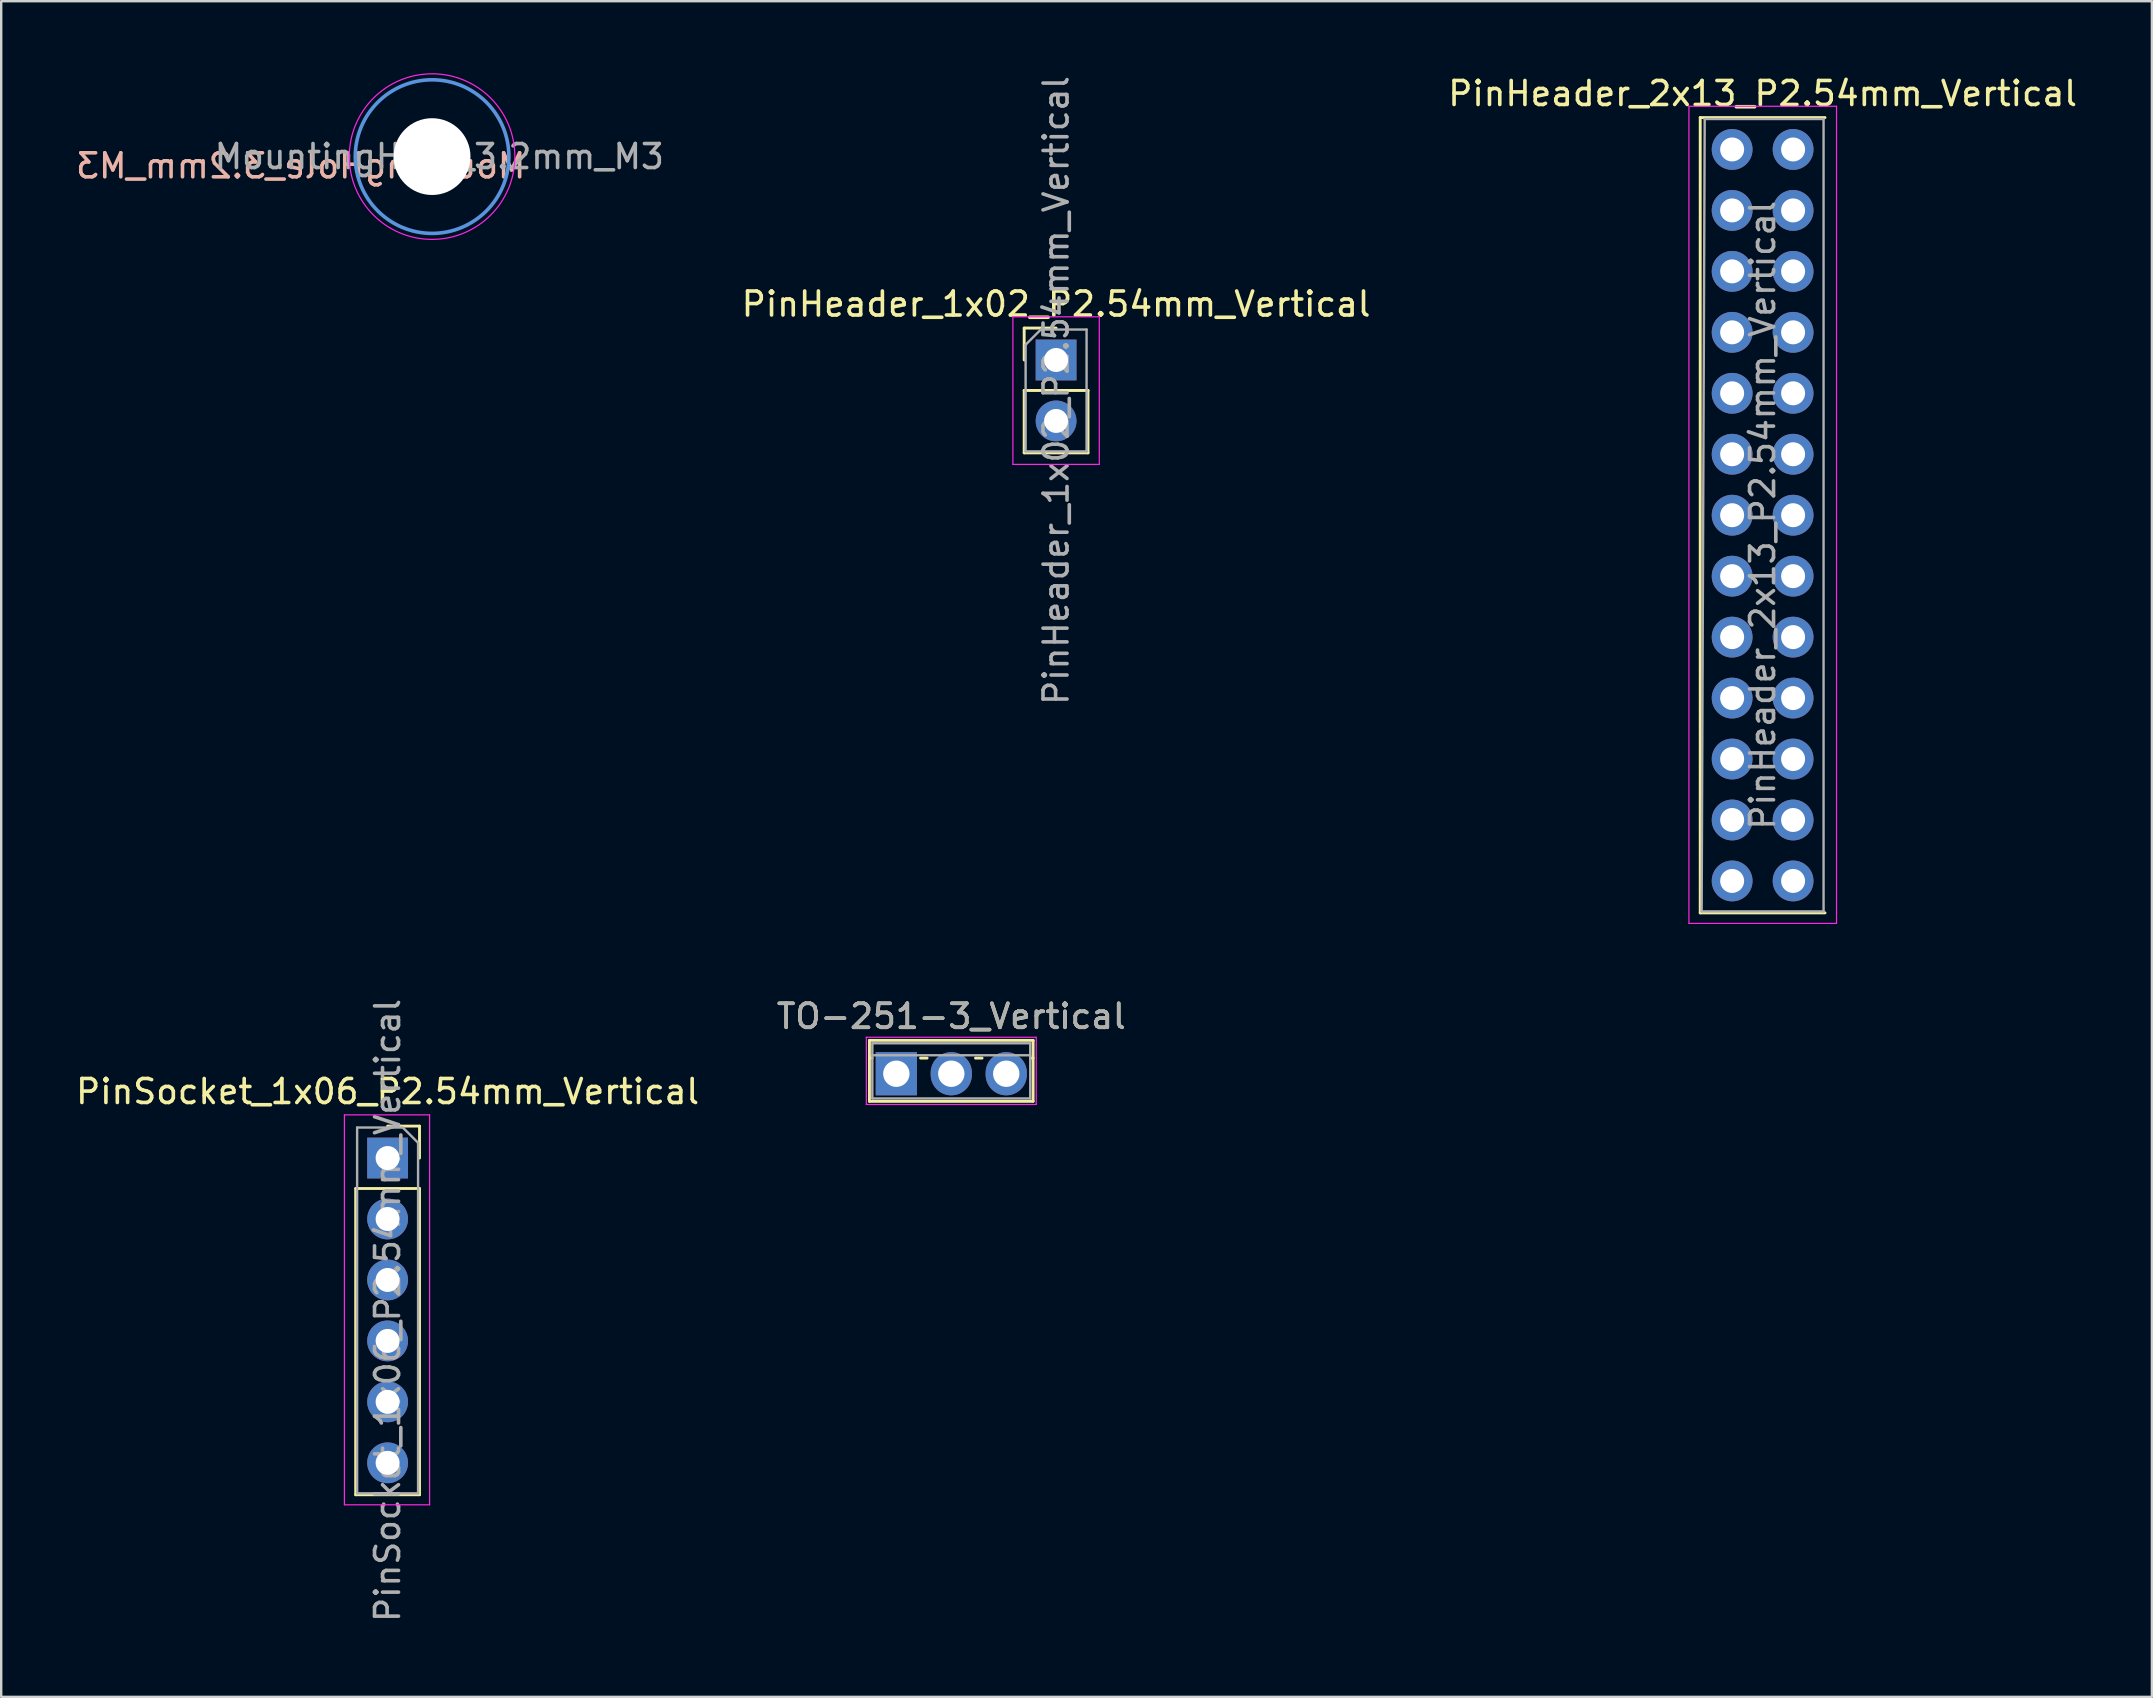
<source format=kicad_pcb>
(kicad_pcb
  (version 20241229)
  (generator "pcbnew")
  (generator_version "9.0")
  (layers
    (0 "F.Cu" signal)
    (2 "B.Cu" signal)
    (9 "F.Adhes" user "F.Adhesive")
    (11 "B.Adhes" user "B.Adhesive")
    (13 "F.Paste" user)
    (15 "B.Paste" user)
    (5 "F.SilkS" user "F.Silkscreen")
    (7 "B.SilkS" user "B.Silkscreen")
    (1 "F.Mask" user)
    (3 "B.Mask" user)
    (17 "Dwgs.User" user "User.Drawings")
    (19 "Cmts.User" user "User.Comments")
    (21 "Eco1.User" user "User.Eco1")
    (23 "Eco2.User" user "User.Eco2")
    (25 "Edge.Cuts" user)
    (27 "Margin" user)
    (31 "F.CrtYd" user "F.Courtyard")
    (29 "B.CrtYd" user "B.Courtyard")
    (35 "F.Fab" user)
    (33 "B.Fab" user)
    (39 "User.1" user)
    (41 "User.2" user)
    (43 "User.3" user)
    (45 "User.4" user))
  (footprint "PinHeader_2x13_P2.54mm_Vertical"
    (layer "F.Cu")
    (at 69.126 3.178)
    (property "Reference" "PinHeader_2x13_P2.54mm_Vertical" (at 1.27 -2.33 0) (layer "F.SilkS") (effects (font (size 1 1) (thickness 0.15))))
    (attr through_hole)
    (fp_line (start -1.33 -1.33) (end -1.33 31.81) (stroke (width 0.12) (type solid)) (layer "F.SilkS"))
    (fp_line (start -1.33 -1.33) (end 3.87 -1.33) (stroke (width 0.12) (type solid)) (layer "F.SilkS"))
    (fp_line (start -1.33 31.81) (end 3.87 31.81) (stroke (width 0.12) (type solid)) (layer "F.SilkS"))
    (fp_line (start -1.8 -1.8) (end -1.8 32.25) (stroke (width 0.05) (type solid)) (layer "F.CrtYd"))
    (fp_line (start -1.8 32.25) (end 4.35 32.25) (stroke (width 0.05) (type solid)) (layer "F.CrtYd"))
    (fp_line (start 4.35 -1.8) (end -1.8 -1.8) (stroke (width 0.05) (type solid)) (layer "F.CrtYd"))
    (fp_line (start 4.35 32.25) (end 4.35 -1.8) (stroke (width 0.05) (type solid)) (layer "F.CrtYd"))
    (fp_line (start -1.27 31.75) (end -1.143 -1.27) (stroke (width 0.1) (type solid)) (layer "F.Fab"))
    (fp_line (start -1.143 -1.27) (end 3.81 -1.27) (stroke (width 0.1) (type solid)) (layer "F.Fab"))
    (fp_line (start 3.81 -1.27) (end 3.81 31.75) (stroke (width 0.1) (type solid)) (layer "F.Fab"))
    (fp_line (start 3.81 31.75) (end -1.27 31.75) (stroke (width 0.1) (type solid)) (layer "F.Fab"))
    (fp_text user "${REFERENCE}" (at 1.27 15.24 270) (layer "F.Fab") (effects (font (size 1 1) (thickness 0.15))))
    (pad "1" thru_hole circle (at 0 0) (size 1.7 1.7) (drill 1) (layers "*.Cu" "*.Mask"))
    (pad "2" thru_hole oval (at 2.54 0) (size 1.7 1.7) (drill 1) (layers "*.Cu" "*.Mask"))
    (pad "3" thru_hole oval (at 0 2.54) (size 1.7 1.7) (drill 1) (layers "*.Cu" "*.Mask"))
    (pad "4" thru_hole oval (at 2.54 2.54) (size 1.7 1.7) (drill 1) (layers "*.Cu" "*.Mask"))
    (pad "5" thru_hole oval (at 0 5.08) (size 1.7 1.7) (drill 1) (layers "*.Cu" "*.Mask"))
    (pad "6" thru_hole oval (at 2.54 5.08) (size 1.7 1.7) (drill 1) (layers "*.Cu" "*.Mask"))
    (pad "7" thru_hole oval (at 0 7.62) (size 1.7 1.7) (drill 1) (layers "*.Cu" "*.Mask"))
    (pad "8" thru_hole oval (at 2.54 7.62) (size 1.7 1.7) (drill 1) (layers "*.Cu" "*.Mask"))
    (pad "9" thru_hole oval (at 0 10.16) (size 1.7 1.7) (drill 1) (layers "*.Cu" "*.Mask"))
    (pad "10" thru_hole oval (at 2.54 10.16) (size 1.7 1.7) (drill 1) (layers "*.Cu" "*.Mask"))
    (pad "11" thru_hole oval (at 0 12.7) (size 1.7 1.7) (drill 1) (layers "*.Cu" "*.Mask"))
    (pad "12" thru_hole oval (at 2.54 12.7) (size 1.7 1.7) (drill 1) (layers "*.Cu" "*.Mask"))
    (pad "13" thru_hole oval (at 0 15.24) (size 1.7 1.7) (drill 1) (layers "*.Cu" "*.Mask"))
    (pad "14" thru_hole oval (at 2.54 15.24) (size 1.7 1.7) (drill 1) (layers "*.Cu" "*.Mask"))
    (pad "15" thru_hole oval (at 0 17.78) (size 1.7 1.7) (drill 1) (layers "*.Cu" "*.Mask"))
    (pad "16" thru_hole oval (at 2.54 17.78) (size 1.7 1.7) (drill 1) (layers "*.Cu" "*.Mask"))
    (pad "17" thru_hole oval (at 0 20.32) (size 1.7 1.7) (drill 1) (layers "*.Cu" "*.Mask"))
    (pad "18" thru_hole oval (at 2.54 20.32) (size 1.7 1.7) (drill 1) (layers "*.Cu" "*.Mask"))
    (pad "19" thru_hole oval (at 0 22.86) (size 1.7 1.7) (drill 1) (layers "*.Cu" "*.Mask"))
    (pad "20" thru_hole oval (at 2.54 22.86) (size 1.7 1.7) (drill 1) (layers "*.Cu" "*.Mask"))
    (pad "21" thru_hole oval (at 0 25.4) (size 1.7 1.7) (drill 1) (layers "*.Cu" "*.Mask"))
    (pad "22" thru_hole oval (at 2.54 25.4) (size 1.7 1.7) (drill 1) (layers "*.Cu" "*.Mask"))
    (pad "23" thru_hole oval (at 0 27.94) (size 1.7 1.7) (drill 1) (layers "*.Cu" "*.Mask"))
    (pad "24" thru_hole oval (at 2.54 27.94) (size 1.7 1.7) (drill 1) (layers "*.Cu" "*.Mask"))
    (pad "25" thru_hole oval (at 0 30.48) (size 1.7 1.7) (drill 1) (layers "*.Cu" "*.Mask"))
    (pad "26" thru_hole oval (at 2.54 30.48) (size 1.7 1.7) (drill 1) (layers "*.Cu" "*.Mask")))
  (footprint "MountingHole_3.2mm_M3"
    (layer "F.Cu")
    (at 14.954 3.475)
    (property "Reference" "MountingHole_3.2mm_M3" (at -5.471 0.386 0) (layer "B.SilkS") (effects (font (size 1 1) (thickness 0.15)) (justify mirror)))
    (attr exclude_from_pos_files)
    (fp_circle (center 0 0) (end 3.2 0) (stroke (width 0.15) (type solid)) (fill no) (layer "Cmts.User"))
    (fp_circle (center 0 0) (end 3.45 0) (stroke (width 0.05) (type solid)) (fill no) (layer "F.CrtYd"))
    (fp_text user "${REFERENCE}" (at 0.3 0 0) (layer "F.Fab") (effects (font (size 1 1) (thickness 0.15))))
    (pad "" np_thru_hole circle (at 0 0 180) (size 3.2 3.2) (drill 3.2) (layers "*.Cu" "*.Mask")))
  (footprint "PinSocket_1x06_P2.54mm_Vertical"
    (layer "F.Cu")
    (at 13.101 45.204)
    (property "Reference" "PinSocket_1x06_P2.54mm_Vertical" (at 0 -2.77 0) (layer "F.SilkS") (effects (font (size 1 1) (thickness 0.15))))
    (attr through_hole)
    (fp_line (start -1.33 1.27) (end -1.33 14.03) (stroke (width 0.12) (type solid)) (layer "F.SilkS"))
    (fp_line (start -1.33 1.27) (end 1.33 1.27) (stroke (width 0.12) (type solid)) (layer "F.SilkS"))
    (fp_line (start -1.33 14.03) (end 1.33 14.03) (stroke (width 0.12) (type solid)) (layer "F.SilkS"))
    (fp_line (start 0 -1.33) (end 1.33 -1.33) (stroke (width 0.12) (type solid)) (layer "F.SilkS"))
    (fp_line (start 1.33 -1.33) (end 1.33 0) (stroke (width 0.12) (type solid)) (layer "F.SilkS"))
    (fp_line (start 1.33 1.27) (end 1.33 14.03) (stroke (width 0.12) (type solid)) (layer "F.SilkS"))
    (fp_line (start -1.8 -1.8) (end 1.75 -1.8) (stroke (width 0.05) (type solid)) (layer "F.CrtYd"))
    (fp_line (start -1.8 14.45) (end -1.8 -1.8) (stroke (width 0.05) (type solid)) (layer "F.CrtYd"))
    (fp_line (start 1.75 -1.8) (end 1.75 14.45) (stroke (width 0.05) (type solid)) (layer "F.CrtYd"))
    (fp_line (start 1.75 14.45) (end -1.8 14.45) (stroke (width 0.05) (type solid)) (layer "F.CrtYd"))
    (fp_line (start -1.27 -1.27) (end 0.635 -1.27) (stroke (width 0.1) (type solid)) (layer "F.Fab"))
    (fp_line (start -1.27 13.97) (end -1.27 -1.27) (stroke (width 0.1) (type solid)) (layer "F.Fab"))
    (fp_line (start 0.635 -1.27) (end 1.27 -0.635) (stroke (width 0.1) (type solid)) (layer "F.Fab"))
    (fp_line (start 1.27 -0.635) (end 1.27 13.97) (stroke (width 0.1) (type solid)) (layer "F.Fab"))
    (fp_line (start 1.27 13.97) (end -1.27 13.97) (stroke (width 0.1) (type solid)) (layer "F.Fab"))
    (fp_text user "${REFERENCE}" (at 0 6.35 90) (layer "F.Fab") (effects (font (size 1 1) (thickness 0.15))))
    (pad "1" thru_hole rect (at 0 0) (size 1.7 1.7) (drill 1) (layers "*.Cu" "*.Mask"))
    (pad "2" thru_hole oval (at 0 2.54) (size 1.7 1.7) (drill 1) (layers "*.Cu" "*.Mask"))
    (pad "3" thru_hole oval (at 0 5.08) (size 1.7 1.7) (drill 1) (layers "*.Cu" "*.Mask"))
    (pad "4" thru_hole oval (at 0 7.62) (size 1.7 1.7) (drill 1) (layers "*.Cu" "*.Mask"))
    (pad "5" thru_hole oval (at 0 10.16) (size 1.7 1.7) (drill 1) (layers "*.Cu" "*.Mask"))
    (pad "6" thru_hole oval (at 0 12.7) (size 1.7 1.7) (drill 1) (layers "*.Cu" "*.Mask")))
  (footprint "PinHeader_1x02_P2.54mm_Vertical"
    (layer "F.Cu")
    (at 40.956 11.95)
    (property "Reference" "PinHeader_1x02_P2.54mm_Vertical" (at 0 -2.33 0) (layer "F.SilkS") (effects (font (size 1 1) (thickness 0.15))))
    (attr through_hole)
    (fp_line (start -1.33 -1.33) (end 0 -1.33) (stroke (width 0.12) (type solid)) (layer "F.SilkS"))
    (fp_line (start -1.33 0) (end -1.33 -1.33) (stroke (width 0.12) (type solid)) (layer "F.SilkS"))
    (fp_line (start -1.33 1.27) (end -1.33 3.87) (stroke (width 0.12) (type solid)) (layer "F.SilkS"))
    (fp_line (start -1.33 1.27) (end 1.33 1.27) (stroke (width 0.12) (type solid)) (layer "F.SilkS"))
    (fp_line (start -1.33 3.87) (end 1.33 3.87) (stroke (width 0.12) (type solid)) (layer "F.SilkS"))
    (fp_line (start 1.33 1.27) (end 1.33 3.87) (stroke (width 0.12) (type solid)) (layer "F.SilkS"))
    (fp_line (start -1.8 -1.8) (end -1.8 4.35) (stroke (width 0.05) (type solid)) (layer "F.CrtYd"))
    (fp_line (start -1.8 4.35) (end 1.8 4.35) (stroke (width 0.05) (type solid)) (layer "F.CrtYd"))
    (fp_line (start 1.8 -1.8) (end -1.8 -1.8) (stroke (width 0.05) (type solid)) (layer "F.CrtYd"))
    (fp_line (start 1.8 4.35) (end 1.8 -1.8) (stroke (width 0.05) (type solid)) (layer "F.CrtYd"))
    (fp_line (start -1.27 -0.635) (end -0.635 -1.27) (stroke (width 0.1) (type solid)) (layer "F.Fab"))
    (fp_line (start -1.27 3.81) (end -1.27 -0.635) (stroke (width 0.1) (type solid)) (layer "F.Fab"))
    (fp_line (start -0.635 -1.27) (end 1.27 -1.27) (stroke (width 0.1) (type solid)) (layer "F.Fab"))
    (fp_line (start 1.27 -1.27) (end 1.27 3.81) (stroke (width 0.1) (type solid)) (layer "F.Fab"))
    (fp_line (start 1.27 3.81) (end -1.27 3.81) (stroke (width 0.1) (type solid)) (layer "F.Fab"))
    (fp_text user "${REFERENCE}" (at 0 1.27 90) (layer "F.Fab") (effects (font (size 1 1) (thickness 0.15))))
    (pad "1" thru_hole rect (at 0 0) (size 1.7 1.7) (drill 1) (layers "*.Cu" "*.Mask"))
    (pad "2" thru_hole oval (at 0 2.54) (size 1.7 1.7) (drill 1) (layers "*.Cu" "*.Mask")))
  (footprint "TO-251-3_Vertical"
    (layer "F.Cu")
    (at 34.299 41.691)
    (property "Reference" "TO-251-3_Vertical" (at 2.29 -2.39 180) (layer "F.SilkS") (effects (font (size 1 1) (thickness 0.15))))
    (attr through_hole)
    (fp_line (start -1.12 -1.39) (end -1.12 1.15) (stroke (width 0.12) (type solid)) (layer "F.SilkS"))
    (fp_line (start -1.12 -1.39) (end 5.7 -1.39) (stroke (width 0.12) (type solid)) (layer "F.SilkS"))
    (fp_line (start -1.12 -0.651) (end -1.009 -0.651) (stroke (width 0.12) (type solid)) (layer "F.SilkS"))
    (fp_line (start -1.12 1.15) (end 5.7 1.15) (stroke (width 0.12) (type solid)) (layer "F.SilkS"))
    (fp_line (start 1.009 -0.651) (end 1.282 -0.651) (stroke (width 0.12) (type solid)) (layer "F.SilkS"))
    (fp_line (start 3.299 -0.651) (end 3.572 -0.651) (stroke (width 0.12) (type solid)) (layer "F.SilkS"))
    (fp_line (start 5.589 -0.651) (end 5.7 -0.651) (stroke (width 0.12) (type solid)) (layer "F.SilkS"))
    (fp_line (start 5.7 -1.39) (end 5.7 1.15) (stroke (width 0.12) (type solid)) (layer "F.SilkS"))
    (fp_line (start -1.25 -1.52) (end -1.25 1.28) (stroke (width 0.05) (type solid)) (layer "F.CrtYd"))
    (fp_line (start -1.25 1.28) (end 5.83 1.28) (stroke (width 0.05) (type solid)) (layer "F.CrtYd"))
    (fp_line (start 5.83 -1.52) (end -1.25 -1.52) (stroke (width 0.05) (type solid)) (layer "F.CrtYd"))
    (fp_line (start 5.83 1.28) (end 5.83 -1.52) (stroke (width 0.05) (type solid)) (layer "F.CrtYd"))
    (fp_line (start -1 -1.27) (end -1 1.03) (stroke (width 0.1) (type solid)) (layer "F.Fab"))
    (fp_line (start -1 -0.77) (end 5.58 -0.77) (stroke (width 0.1) (type solid)) (layer "F.Fab"))
    (fp_line (start -1 1.03) (end 5.58 1.03) (stroke (width 0.1) (type solid)) (layer "F.Fab"))
    (fp_line (start 5.58 -1.27) (end -1 -1.27) (stroke (width 0.1) (type solid)) (layer "F.Fab"))
    (fp_line (start 5.58 1.03) (end 5.58 -1.27) (stroke (width 0.1) (type solid)) (layer "F.Fab"))
    (fp_text user "${REFERENCE}" (at 2.29 -2.39 180) (layer "F.Fab") (effects (font (size 1 1) (thickness 0.15))))
    (pad "1" thru_hole rect (at 0 0) (size 1.718 1.8) (drill 1.1) (layers "*.Cu" "*.Mask"))
    (pad "2" thru_hole oval (at 2.29 0) (size 1.718 1.8) (drill 1.1) (layers "*.Cu" "*.Mask"))
    (pad "3" thru_hole oval (at 4.58 0) (size 1.718 1.8) (drill 1.1) (layers "*.Cu" "*.Mask")))
  (gr_rect
    (start -3 -3)
    (end 86.617 67.656)
    (stroke (width 0.1) (type default))
    (fill no)
    (layer "Edge.Cuts")))
</source>
